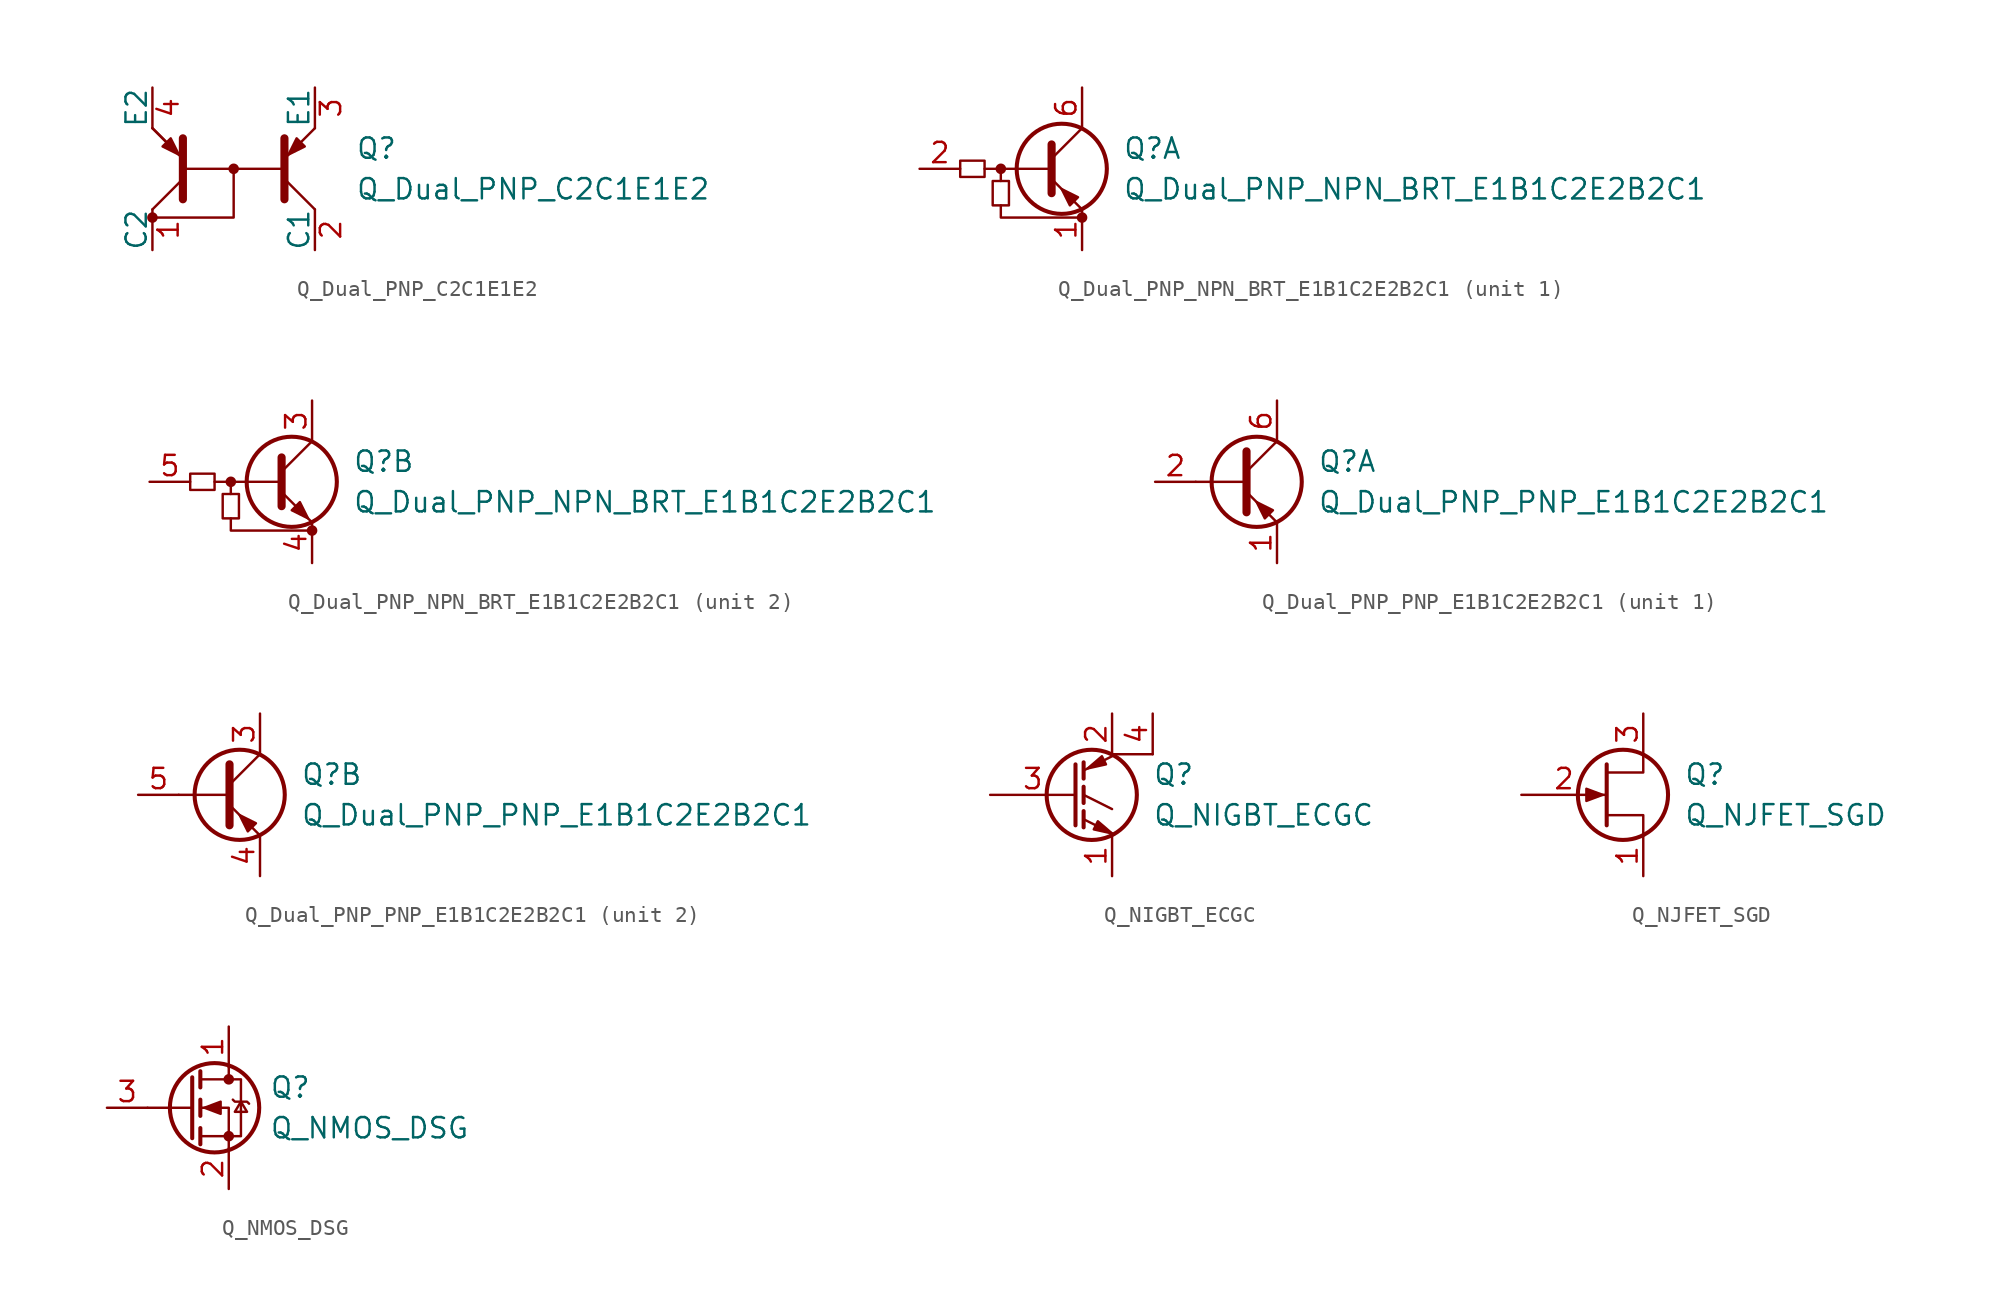
<source format=kicad_sym>
(kicad_symbol_lib
  (version 20220914)
  (generator kicad_symbol_editor)
  (symbol "Q_Dual_PNP_C2C1E1E2"
    (pin_names
      (offset 0))
    (property "Reference" "Q"
      (at 7.62 1.27 0)
      (effects (font (size 1.27 1.27)) (justify left)))
    (property "Value" "Q_Dual_PNP_C2C1E1E2"
      (at 7.62 -1.27 0)
      (effects (font (size 1.27 1.27)) (justify left)))
    (symbol "Q_Dual_PNP_C2C1E1E2_0_1"
      (circle (center -5.08 -3.048) (radius 0.254) (stroke (width 0) (type default)) (fill (type outline)))
      (polyline (pts (xy -5.08 -2.54) (xy -3.175 -0.635)) (stroke (width 0) (type default)) (fill (type none)))
      (polyline (pts (xy -5.08 2.54) (xy -3.175 0.635)) (stroke (width 0) (type default)) (fill (type none)))
      (polyline (pts (xy -5.08 2.54) (xy -3.175 0.635)) (stroke (width 0) (type default)) (fill (type none)))
      (polyline (pts (xy 3.175 0) (xy -3.175 0)) (stroke (width 0) (type default)) (fill (type none)))
      (polyline (pts (xy 5.08 -2.54) (xy 3.175 -0.635)) (stroke (width 0) (type default)) (fill (type none)))
      (polyline (pts (xy 5.08 2.54) (xy 3.175 0.635)) (stroke (width 0) (type default)) (fill (type none)))
      (polyline (pts (xy -3.175 -1.905) (xy -3.175 1.905) (xy -3.175 1.905)) (stroke (width 0.508) (type default)) (fill (type outline)))
      (polyline (pts (xy 0 0) (xy 0 -3.048) (xy -5.08 -3.048)) (stroke (width 0) (type default)) (fill (type none)))
      (polyline (pts (xy 3.175 -1.905) (xy 3.175 1.905) (xy 3.175 1.905)) (stroke (width 0.508) (type default)) (fill (type outline)))
      (polyline (pts (xy -3.937 1.905) (xy -4.445 1.397) (xy -3.429 0.889) (xy -3.937 1.905) (xy -3.937 1.905)) (stroke (width 0) (type default)) (fill (type outline)))
      (polyline (pts (xy 3.937 1.905) (xy 4.445 1.397) (xy 3.429 0.889) (xy 3.937 1.905) (xy 3.937 1.905)) (stroke (width 0) (type default)) (fill (type outline)))
      (circle (center 0 0) (radius 0.254) (stroke (width 0) (type default)) (fill (type outline))))
    (symbol "Q_Dual_PNP_C2C1E1E2_1_1"
      (pin passive line (at -5.08 -5.08 90) (length 2.54) (name "C2" (effects (font (size 1.27 1.27)))) (number "1" (effects (font (size 1.27 1.27)))))
      (pin passive line (at 5.08 -5.08 90) (length 2.54) (name "C1" (effects (font (size 1.27 1.27)))) (number "2" (effects (font (size 1.27 1.27)))))
      (pin passive line (at 5.08 5.08 270) (length 2.54) (name "E1" (effects (font (size 1.27 1.27)))) (number "3" (effects (font (size 1.27 1.27)))))
      (pin passive line (at -5.08 5.08 270) (length 2.54) (name "E2" (effects (font (size 1.27 1.27)))) (number "4" (effects (font (size 1.27 1.27)))))))
  (symbol "Q_Dual_PNP_NPN_BRT_E1B1C2E2B2C1"
    (pin_names hide)
    (property "Reference" "Q"
      (at 3.81 1.27 0)
      (effects (font (size 1.27 1.27)) (justify left)))
    (property "Value" "Q_Dual_PNP_NPN_BRT_E1B1C2E2B2C1"
      (at 3.81 -1.27 0)
      (effects (font (size 1.27 1.27)) (justify left)))
    (symbol "Q_Dual_PNP_NPN_BRT_E1B1C2E2B2C1_0_1"
      (rectangle (start -6.35 0.508) (end -4.826 -0.508) (stroke (width 0) (type default)) (fill (type none)))
      (rectangle (start -4.318 -2.286) (end -3.302 -0.762) (stroke (width 0) (type default)) (fill (type none)))
      (circle (center -3.81 0) (radius 0.254) (stroke (width 0) (type default)) (fill (type outline)))
      (polyline (pts (xy -3.81 -0.762) (xy -3.81 0)) (stroke (width 0) (type default)) (fill (type none)))
      (polyline (pts (xy -0.762 0) (xy -4.826 0)) (stroke (width 0) (type default)) (fill (type none)))
      (polyline (pts (xy -0.635 1.524) (xy -0.635 -1.524)) (stroke (width 0.508) (type default)) (fill (type none)))
      (polyline (pts (xy -3.81 -2.286) (xy -3.81 -3.048) (xy 1.27 -3.048)) (stroke (width 0) (type default)) (fill (type none)))
      (circle (center 1.27 -3.048) (radius 0.254) (stroke (width 0) (type default)) (fill (type outline))))
    (symbol "Q_Dual_PNP_NPN_BRT_E1B1C2E2B2C1_1_1"
      (polyline (pts (xy -0.635 0.635) (xy 1.27 2.54)) (stroke (width 0) (type default)) (fill (type none)))
      (polyline (pts (xy -0.635 -0.635) (xy 1.27 -2.54) (xy 1.27 -2.54)) (stroke (width 0) (type default)) (fill (type none)))
      (polyline (pts (xy 1.016 -1.778) (xy 0.508 -2.286) (xy 0 -1.27) (xy 1.016 -1.778) (xy 1.016 -1.778)) (stroke (width 0) (type default)) (fill (type outline)))
      (circle (center 0 0) (radius 2.819) (stroke (width 0.254) (type default)) (fill (type none)))
      (pin passive line (at 1.27 -5.08 90) (length 2.54) (name "E1" (effects (font (size 1.27 1.27)))) (number "1" (effects (font (size 1.27 1.27)))))
      (pin input line (at -8.89 0 0) (length 2.54) (name "B1" (effects (font (size 1.27 1.27)))) (number "2" (effects (font (size 1.27 1.27)))))
      (pin passive line (at 1.27 5.08 270) (length 2.54) (name "C1" (effects (font (size 1.27 1.27)))) (number "6" (effects (font (size 1.27 1.27))))))
    (symbol "Q_Dual_PNP_NPN_BRT_E1B1C2E2B2C1_2_1"
      (polyline (pts (xy -0.635 0.635) (xy 1.27 2.54)) (stroke (width 0) (type default)) (fill (type none)))
      (polyline (pts (xy -0.635 -0.635) (xy 1.27 -2.54) (xy 1.27 -2.54)) (stroke (width 0) (type default)) (fill (type none)))
      (polyline (pts (xy 0 -1.778) (xy 0.508 -1.27) (xy 1.016 -2.286) (xy 0 -1.778) (xy 0 -1.778)) (stroke (width 0) (type default)) (fill (type outline)))
      (circle (center 0 0) (radius 2.819) (stroke (width 0.254) (type default)) (fill (type none)))
      (pin passive line (at 1.27 5.08 270) (length 2.54) (name "C1" (effects (font (size 1.27 1.27)))) (number "3" (effects (font (size 1.27 1.27)))))
      (pin passive line (at 1.27 -5.08 90) (length 2.54) (name "E1" (effects (font (size 1.27 1.27)))) (number "4" (effects (font (size 1.27 1.27)))))
      (pin input line (at -8.89 0 0) (length 2.54) (name "B1" (effects (font (size 1.27 1.27)))) (number "5" (effects (font (size 1.27 1.27)))))))
  (symbol "Q_Dual_PNP_PNP_E1B1C2E2B2C1"
    (pin_names
      (offset 0) hide)
    (property "Reference" "Q"
      (at 5.08 1.27 0)
      (effects (font (size 1.27 1.27)) (justify left)))
    (property "Value" "Q_Dual_PNP_PNP_E1B1C2E2B2C1"
      (at 5.08 -1.27 0)
      (effects (font (size 1.27 1.27)) (justify left)))
    (property "ki_locked" ""
      (at 0 0 0)
      (effects (font (size 1.27 1.27))))
    (symbol "Q_Dual_PNP_PNP_E1B1C2E2B2C1_0_1"
      (polyline (pts (xy 0.635 0) (xy -2.54 0)) (stroke (width 0) (type default)) (fill (type none)))
      (polyline (pts (xy 0.635 0.635) (xy 2.54 2.54)) (stroke (width 0) (type default)) (fill (type none)))
      (polyline (pts (xy 0.635 -0.635) (xy 2.54 -2.54) (xy 2.54 -2.54)) (stroke (width 0) (type default)) (fill (type none)))
      (polyline (pts (xy 0.635 1.905) (xy 0.635 -1.905) (xy 0.635 -1.905)) (stroke (width 0.508) (type default)) (fill (type none)))
      (polyline (pts (xy 2.286 -1.778) (xy 1.778 -2.286) (xy 1.27 -1.27) (xy 2.286 -1.778) (xy 2.286 -1.778)) (stroke (width 0) (type default)) (fill (type outline)))
      (circle (center 1.27 0) (radius 2.819) (stroke (width 0.254) (type default)) (fill (type none))))
    (symbol "Q_Dual_PNP_PNP_E1B1C2E2B2C1_1_1"
      (pin passive line (at 2.54 -5.08 90) (length 2.54) (name "E1" (effects (font (size 1.27 1.27)))) (number "1" (effects (font (size 1.27 1.27)))))
      (pin input line (at -5.08 0 0) (length 2.54) (name "B1" (effects (font (size 1.27 1.27)))) (number "2" (effects (font (size 1.27 1.27)))))
      (pin passive line (at 2.54 5.08 270) (length 2.54) (name "C1" (effects (font (size 1.27 1.27)))) (number "6" (effects (font (size 1.27 1.27))))))
    (symbol "Q_Dual_PNP_PNP_E1B1C2E2B2C1_2_1"
      (pin passive line (at 2.54 5.08 270) (length 2.54) (name "C2" (effects (font (size 1.27 1.27)))) (number "3" (effects (font (size 1.27 1.27)))))
      (pin passive line (at 2.54 -5.08 90) (length 2.54) (name "E2" (effects (font (size 1.27 1.27)))) (number "4" (effects (font (size 1.27 1.27)))))
      (pin input line (at -5.08 0 0) (length 2.54) (name "B2" (effects (font (size 1.27 1.27)))) (number "5" (effects (font (size 1.27 1.27)))))))
  (symbol "Q_NIGBT_ECGC"
    (pin_names
      (offset 0) hide)
    (property "Reference" "Q"
      (at 5.08 1.27 0)
      (effects (font (size 1.27 1.27)) (justify left)))
    (property "Value" "Q_NIGBT_ECGC"
      (at 5.08 -1.27 0)
      (effects (font (size 1.27 1.27)) (justify left)))
    (symbol "Q_NIGBT_ECGC_0_1"
      (polyline (pts (xy 0.762 -1.016) (xy 0.762 -2.032)) (stroke (width 0.254) (type default)) (fill (type none)))
      (polyline (pts (xy 0.762 0.508) (xy 0.762 -0.508)) (stroke (width 0.254) (type default)) (fill (type none)))
      (polyline (pts (xy 0.762 2.032) (xy 0.762 1.016)) (stroke (width 0.254) (type default)) (fill (type none)))
      (polyline (pts (xy 2.54 -2.413) (xy 0.762 -1.524)) (stroke (width 0) (type default)) (fill (type none)))
      (polyline (pts (xy 2.54 -0.889) (xy 0.762 0)) (stroke (width 0) (type default)) (fill (type none)))
      (polyline (pts (xy 2.54 2.413) (xy 0.762 1.524)) (stroke (width 0) (type default)) (fill (type none)))
      (polyline (pts (xy 2.54 2.54) (xy 5.08 2.54)) (stroke (width 0) (type default)) (fill (type none)))
      (polyline (pts (xy 0.254 1.905) (xy 0.254 -1.905) (xy 0.254 -1.905)) (stroke (width 0.254) (type default)) (fill (type none)))
      (polyline (pts (xy 1.397 -2.159) (xy 1.651 -1.651) (xy 2.54 -2.413) (xy 1.397 -2.159)) (stroke (width 0) (type default)) (fill (type outline)))
      (polyline (pts (xy 2.159 1.905) (xy 1.905 2.413) (xy 1.016 1.651) (xy 2.159 1.905)) (stroke (width 0) (type default)) (fill (type outline)))
      (circle (center 1.27 0) (radius 2.819) (stroke (width 0.254) (type default)) (fill (type none))))
    (symbol "Q_NIGBT_ECGC_1_1"
      (pin passive line (at 2.54 -5.08 90) (length 2.54) (name "E" (effects (font (size 1.27 1.27)))) (number "1" (effects (font (size 1.27 1.27)))))
      (pin passive line (at 2.54 5.08 270) (length 2.54) (name "C" (effects (font (size 1.27 1.27)))) (number "2" (effects (font (size 1.27 1.27)))))
      (pin input line (at -5.08 0 0) (length 5.334) (name "G" (effects (font (size 1.27 1.27)))) (number "3" (effects (font (size 1.27 1.27)))))
      (pin passive line (at 5.08 5.08 270) (length 2.54) (name "C" (effects (font (size 1.27 1.27)))) (number "4" (effects (font (size 1.27 1.27)))))))
  (symbol "Q_NJFET_SGD"
    (pin_names
      (offset 0) hide)
    (property "Reference" "Q"
      (at 5.08 1.27 0)
      (effects (font (size 1.27 1.27)) (justify left)))
    (property "Value" "Q_NJFET_SGD"
      (at 5.08 -1.27 0)
      (effects (font (size 1.27 1.27)) (justify left)))
    (symbol "Q_NJFET_SGD_0_1"
      (polyline (pts (xy 0.254 1.905) (xy 0.254 -1.905) (xy 0.254 -1.905)) (stroke (width 0.254) (type default)) (fill (type none)))
      (polyline (pts (xy 2.54 -2.54) (xy 2.54 -1.27) (xy 0.254 -1.27)) (stroke (width 0) (type default)) (fill (type none)))
      (polyline (pts (xy 2.54 2.54) (xy 2.54 1.397) (xy 0.254 1.397)) (stroke (width 0) (type default)) (fill (type none)))
      (polyline (pts (xy 0 0) (xy -1.016 0.381) (xy -1.016 -0.381) (xy 0 0)) (stroke (width 0) (type default)) (fill (type outline)))
      (circle (center 1.27 0) (radius 2.819) (stroke (width 0.254) (type default)) (fill (type none))))
    (symbol "Q_NJFET_SGD_1_1"
      (pin passive line (at 2.54 -5.08 90) (length 2.54) (name "S" (effects (font (size 1.27 1.27)))) (number "1" (effects (font (size 1.27 1.27)))))
      (pin input line (at -5.08 0 0) (length 5.334) (name "G" (effects (font (size 1.27 1.27)))) (number "2" (effects (font (size 1.27 1.27)))))
      (pin passive line (at 2.54 5.08 270) (length 2.54) (name "D" (effects (font (size 1.27 1.27)))) (number "3" (effects (font (size 1.27 1.27)))))))
  (symbol "Q_NMOS_DSG"
    (pin_names
      (offset 0) hide)
    (property "Reference" "Q"
      (at 5.08 1.27 0)
      (effects (font (size 1.27 1.27)) (justify left)))
    (property "Value" "Q_NMOS_DSG"
      (at 5.08 -1.27 0)
      (effects (font (size 1.27 1.27)) (justify left)))
    (symbol "Q_NMOS_DSG_0_1"
      (polyline (pts (xy 0.254 0) (xy -2.54 0)) (stroke (width 0) (type default)) (fill (type none)))
      (polyline (pts (xy 0.254 1.905) (xy 0.254 -1.905)) (stroke (width 0.254) (type default)) (fill (type none)))
      (polyline (pts (xy 0.762 -1.27) (xy 0.762 -2.286)) (stroke (width 0.254) (type default)) (fill (type none)))
      (polyline (pts (xy 0.762 0.508) (xy 0.762 -0.508)) (stroke (width 0.254) (type default)) (fill (type none)))
      (polyline (pts (xy 0.762 2.286) (xy 0.762 1.27)) (stroke (width 0.254) (type default)) (fill (type none)))
      (polyline (pts (xy 2.54 2.54) (xy 2.54 1.778)) (stroke (width 0) (type default)) (fill (type none)))
      (polyline (pts (xy 2.54 -2.54) (xy 2.54 0) (xy 0.762 0)) (stroke (width 0) (type default)) (fill (type none)))
      (polyline (pts (xy 0.762 -1.778) (xy 3.302 -1.778) (xy 3.302 1.778) (xy 0.762 1.778)) (stroke (width 0) (type default)) (fill (type none)))
      (polyline (pts (xy 1.016 0) (xy 2.032 0.381) (xy 2.032 -0.381) (xy 1.016 0)) (stroke (width 0) (type default)) (fill (type outline)))
      (polyline (pts (xy 2.794 0.508) (xy 2.921 0.381) (xy 3.683 0.381) (xy 3.81 0.254)) (stroke (width 0) (type default)) (fill (type none)))
      (polyline (pts (xy 3.302 0.381) (xy 2.921 -0.254) (xy 3.683 -0.254) (xy 3.302 0.381)) (stroke (width 0) (type default)) (fill (type none)))
      (circle (center 1.651 0) (radius 2.794) (stroke (width 0.254) (type default)) (fill (type none)))
      (circle (center 2.54 -1.778) (radius 0.254) (stroke (width 0) (type default)) (fill (type outline)))
      (circle (center 2.54 1.778) (radius 0.254) (stroke (width 0) (type default)) (fill (type outline))))
    (symbol "Q_NMOS_DSG_1_1"
      (pin passive line (at 2.54 5.08 270) (length 2.54) (name "D" (effects (font (size 1.27 1.27)))) (number "1" (effects (font (size 1.27 1.27)))))
      (pin passive line (at 2.54 -5.08 90) (length 2.54) (name "S" (effects (font (size 1.27 1.27)))) (number "2" (effects (font (size 1.27 1.27)))))
      (pin input line (at -5.08 0 0) (length 2.54) (name "G" (effects (font (size 1.27 1.27)))) (number "3" (effects (font (size 1.27 1.27))))))))
</source>
